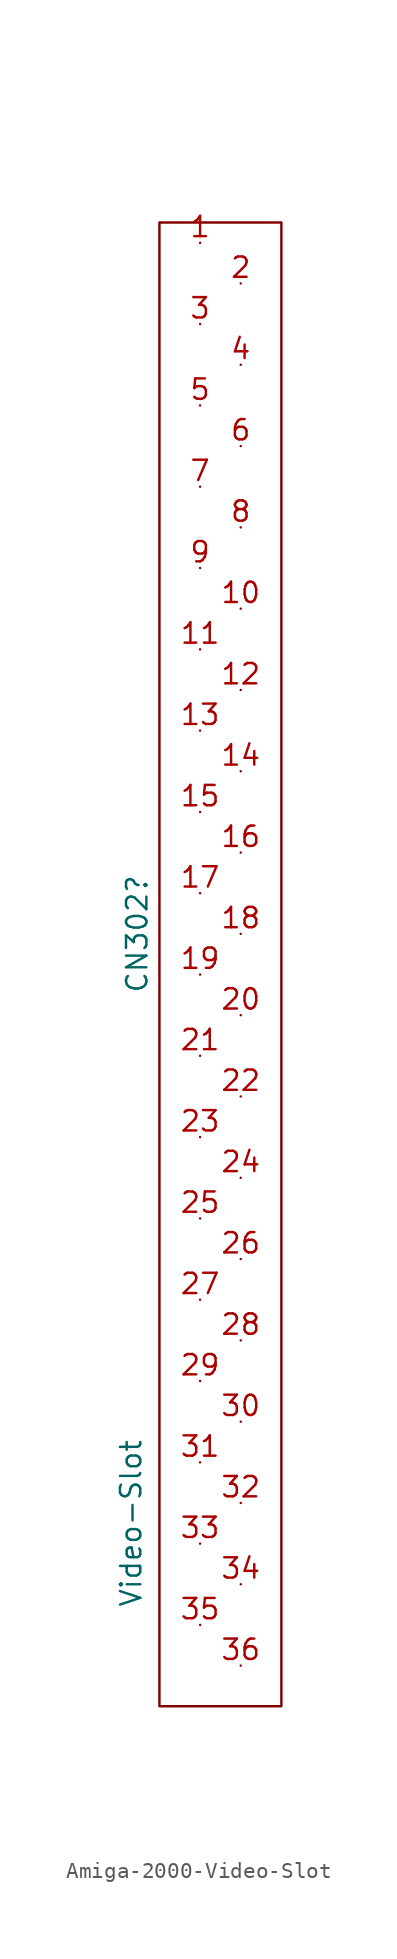
<source format=kicad_sym>
(kicad_symbol_lib
  (version 20220914)
  (generator kicad_symbol_editor)
  (symbol "Amiga-2000-Video-Slot"
    (pin_names
      (offset 0) hide)
    (property "Reference" "CN302"
      (at -3.937 0 90)
      (effects (font (size 1.27 1.27))))
    (property "Value" "Video-Slot"
      (at -4.318 -36.83 90)
      (effects (font (size 1.27 1.27))))
    (symbol "Amiga-2000-Video-Slot_0_1"
      (rectangle (start -2.54 44.45) (end 5.08 -48.26) (stroke (width 0) (type solid)) (fill (type none))))
    (symbol "Amiga-2000-Video-Slot_1_1"
      (pin unspecified line (at 0 43.18 0) (length 0) (name "1" (effects (font (size 1.27 1.27)))) (number "1" (effects (font (size 1.27 1.27)))))
      (pin unspecified line (at 2.54 20.32 0) (length 0) (name "10" (effects (font (size 1.27 1.27)))) (number "10" (effects (font (size 1.27 1.27)))))
      (pin unspecified line (at 0 17.78 0) (length 0) (name "11" (effects (font (size 1.27 1.27)))) (number "11" (effects (font (size 1.27 1.27)))))
      (pin unspecified line (at 2.54 15.24 0) (length 0) (name "12" (effects (font (size 1.27 1.27)))) (number "12" (effects (font (size 1.27 1.27)))))
      (pin unspecified line (at 0 12.7 0) (length 0) (name "13" (effects (font (size 1.27 1.27)))) (number "13" (effects (font (size 1.27 1.27)))))
      (pin unspecified line (at 2.54 10.16 0) (length 0) (name "14" (effects (font (size 1.27 1.27)))) (number "14" (effects (font (size 1.27 1.27)))))
      (pin unspecified line (at 0 7.62 0) (length 0) (name "15" (effects (font (size 1.27 1.27)))) (number "15" (effects (font (size 1.27 1.27)))))
      (pin unspecified line (at 2.54 5.08 0) (length 0) (name "16" (effects (font (size 1.27 1.27)))) (number "16" (effects (font (size 1.27 1.27)))))
      (pin unspecified line (at 0 2.54 0) (length 0) (name "17" (effects (font (size 1.27 1.27)))) (number "17" (effects (font (size 1.27 1.27)))))
      (pin unspecified line (at 2.54 0 0) (length 0) (name "18" (effects (font (size 1.27 1.27)))) (number "18" (effects (font (size 1.27 1.27)))))
      (pin unspecified line (at 0 -2.54 0) (length 0) (name "19" (effects (font (size 1.27 1.27)))) (number "19" (effects (font (size 1.27 1.27)))))
      (pin unspecified line (at 2.54 40.64 0) (length 0) (name "2" (effects (font (size 1.27 1.27)))) (number "2" (effects (font (size 1.27 1.27)))))
      (pin unspecified line (at 2.54 -5.08 0) (length 0) (name "20" (effects (font (size 1.27 1.27)))) (number "20" (effects (font (size 1.27 1.27)))))
      (pin unspecified line (at 0 -7.62 0) (length 0) (name "21" (effects (font (size 1.27 1.27)))) (number "21" (effects (font (size 1.27 1.27)))))
      (pin unspecified line (at 2.54 -10.16 0) (length 0) (name "22" (effects (font (size 1.27 1.27)))) (number "22" (effects (font (size 1.27 1.27)))))
      (pin unspecified line (at 0 -12.7 0) (length 0) (name "23" (effects (font (size 1.27 1.27)))) (number "23" (effects (font (size 1.27 1.27)))))
      (pin unspecified line (at 2.54 -15.24 0) (length 0) (name "24" (effects (font (size 1.27 1.27)))) (number "24" (effects (font (size 1.27 1.27)))))
      (pin unspecified line (at 0 -17.78 0) (length 0) (name "25" (effects (font (size 1.27 1.27)))) (number "25" (effects (font (size 1.27 1.27)))))
      (pin unspecified line (at 2.54 -20.32 0) (length 0) (name "26" (effects (font (size 1.27 1.27)))) (number "26" (effects (font (size 1.27 1.27)))))
      (pin unspecified line (at 0 -22.86 0) (length 0) (name "27" (effects (font (size 1.27 1.27)))) (number "27" (effects (font (size 1.27 1.27)))))
      (pin unspecified line (at 2.54 -25.4 0) (length 0) (name "28" (effects (font (size 1.27 1.27)))) (number "28" (effects (font (size 1.27 1.27)))))
      (pin unspecified line (at 0 -27.94 0) (length 0) (name "29" (effects (font (size 1.27 1.27)))) (number "29" (effects (font (size 1.27 1.27)))))
      (pin unspecified line (at 0 38.1 0) (length 0) (name "3" (effects (font (size 1.27 1.27)))) (number "3" (effects (font (size 1.27 1.27)))))
      (pin unspecified line (at 2.54 -30.48 0) (length 0) (name "30" (effects (font (size 1.27 1.27)))) (number "30" (effects (font (size 1.27 1.27)))))
      (pin unspecified line (at 0 -33.02 0) (length 0) (name "31" (effects (font (size 1.27 1.27)))) (number "31" (effects (font (size 1.27 1.27)))))
      (pin unspecified line (at 2.54 -35.56 0) (length 0) (name "32" (effects (font (size 1.27 1.27)))) (number "32" (effects (font (size 1.27 1.27)))))
      (pin unspecified line (at 0 -38.1 0) (length 0) (name "33" (effects (font (size 1.27 1.27)))) (number "33" (effects (font (size 1.27 1.27)))))
      (pin unspecified line (at 2.54 -40.64 0) (length 0) (name "34" (effects (font (size 1.27 1.27)))) (number "34" (effects (font (size 1.27 1.27)))))
      (pin unspecified line (at 0 -43.18 0) (length 0) (name "35" (effects (font (size 1.27 1.27)))) (number "35" (effects (font (size 1.27 1.27)))))
      (pin unspecified line (at 2.54 -45.72 0) (length 0) (name "36" (effects (font (size 1.27 1.27)))) (number "36" (effects (font (size 1.27 1.27)))))
      (pin unspecified line (at 2.54 35.56 0) (length 0) (name "4" (effects (font (size 1.27 1.27)))) (number "4" (effects (font (size 1.27 1.27)))))
      (pin unspecified line (at 0 33.02 0) (length 0) (name "5" (effects (font (size 1.27 1.27)))) (number "5" (effects (font (size 1.27 1.27)))))
      (pin unspecified line (at 2.54 30.48 0) (length 0) (name "6" (effects (font (size 1.27 1.27)))) (number "6" (effects (font (size 1.27 1.27)))))
      (pin unspecified line (at 0 27.94 0) (length 0) (name "7" (effects (font (size 1.27 1.27)))) (number "7" (effects (font (size 1.27 1.27)))))
      (pin unspecified line (at 2.54 25.4 0) (length 0) (name "8" (effects (font (size 1.27 1.27)))) (number "8" (effects (font (size 1.27 1.27)))))
      (pin unspecified line (at 0 22.86 0) (length 0) (name "9" (effects (font (size 1.27 1.27)))) (number "9" (effects (font (size 1.27 1.27))))))))
</source>
